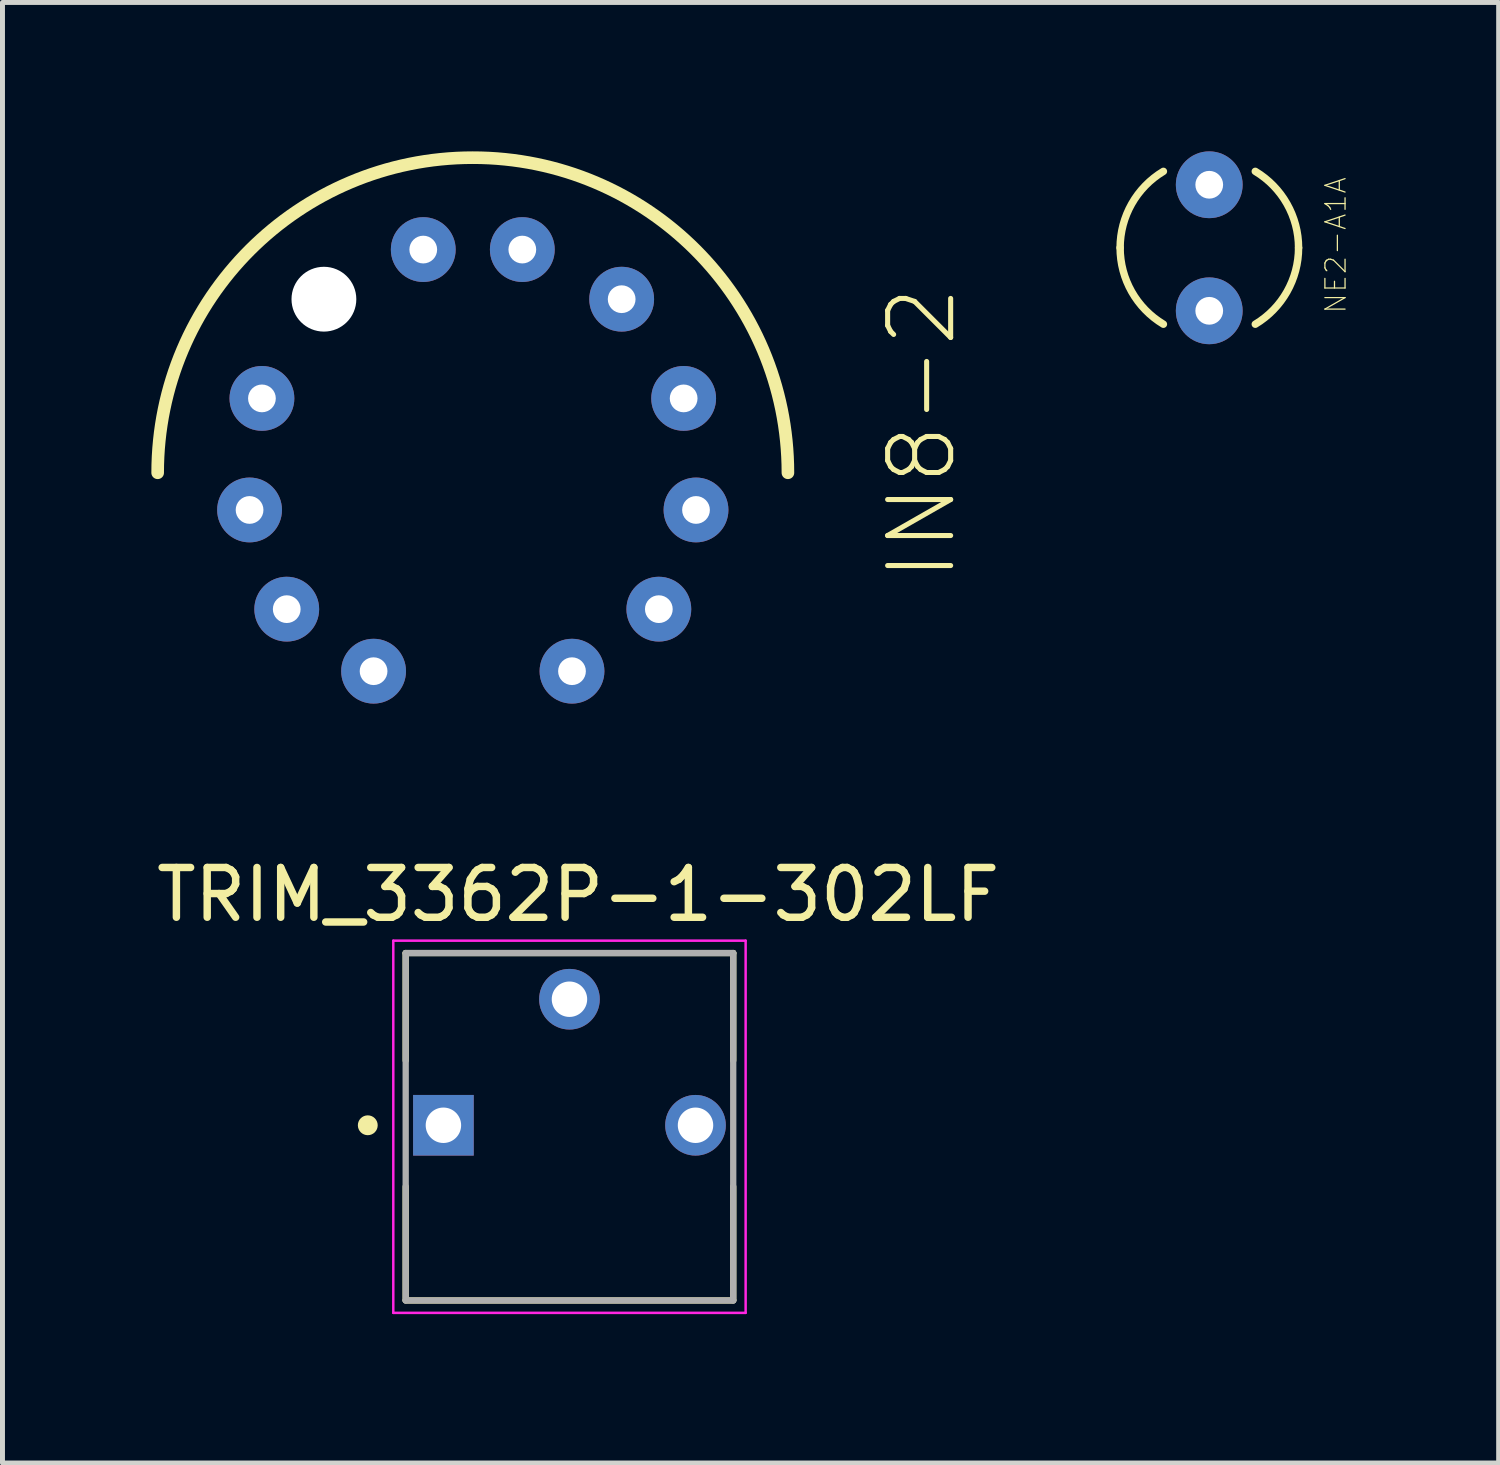
<source format=kicad_pcb>
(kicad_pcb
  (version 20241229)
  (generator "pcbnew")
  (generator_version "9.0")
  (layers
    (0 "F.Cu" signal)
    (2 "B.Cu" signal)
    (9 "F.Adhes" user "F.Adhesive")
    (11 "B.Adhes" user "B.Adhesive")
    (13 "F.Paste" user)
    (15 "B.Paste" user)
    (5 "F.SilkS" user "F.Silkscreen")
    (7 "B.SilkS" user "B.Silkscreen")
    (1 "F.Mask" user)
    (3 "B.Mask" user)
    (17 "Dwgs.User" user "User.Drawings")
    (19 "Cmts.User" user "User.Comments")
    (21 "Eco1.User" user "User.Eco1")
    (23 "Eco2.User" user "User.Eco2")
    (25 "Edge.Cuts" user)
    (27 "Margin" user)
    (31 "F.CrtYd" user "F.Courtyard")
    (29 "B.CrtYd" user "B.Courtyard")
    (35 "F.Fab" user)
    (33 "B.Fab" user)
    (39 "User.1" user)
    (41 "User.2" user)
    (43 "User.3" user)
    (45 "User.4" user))
  (footprint "TRIM_3362P-1-302LF"
    (layer "F.Cu")
    (at 8.425 19.625)
    (property "Reference" "TRIM_3362P-1-302LF" (at 0.175 -4.648 0) (layer "F.SilkS") (effects (font (size 1.003 1.003) (thickness 0.15))))
    (attr through_hole)
    (fp_line (start -3.3 -3.47) (end 3.3 -3.47) (stroke (width 0.127) (type solid)) (layer "F.SilkS"))
    (fp_line (start -3.3 -1.305) (end -3.3 -3.47) (stroke (width 0.127) (type solid)) (layer "F.SilkS"))
    (fp_line (start -3.3 3.52) (end -3.3 1.235) (stroke (width 0.127) (type solid)) (layer "F.SilkS"))
    (fp_line (start 3.3 -3.47) (end 3.3 -1.305) (stroke (width 0.127) (type solid)) (layer "F.SilkS"))
    (fp_line (start 3.3 1.235) (end 3.3 3.52) (stroke (width 0.127) (type solid)) (layer "F.SilkS"))
    (fp_line (start 3.3 3.53) (end -3.3 3.53) (stroke (width 0.127) (type solid)) (layer "F.SilkS"))
    (fp_circle (center -4.064 0) (end -3.964 0) (stroke (width 0.2) (type solid)) (fill no) (layer "F.SilkS"))
    (fp_line (start -3.55 -3.72) (end 3.55 -3.72) (stroke (width 0.05) (type solid)) (layer "F.CrtYd"))
    (fp_line (start -3.55 3.78) (end -3.55 -3.72) (stroke (width 0.05) (type solid)) (layer "F.CrtYd"))
    (fp_line (start 3.55 -3.72) (end 3.55 3.78) (stroke (width 0.05) (type solid)) (layer "F.CrtYd"))
    (fp_line (start 3.55 3.78) (end -3.55 3.78) (stroke (width 0.05) (type solid)) (layer "F.CrtYd"))
    (fp_line (start -3.3 -3.47) (end 3.3 -3.47) (stroke (width 0.127) (type solid)) (layer "F.Fab"))
    (fp_line (start -3.3 3.53) (end -3.3 -3.47) (stroke (width 0.127) (type solid)) (layer "F.Fab"))
    (fp_line (start 3.3 -3.47) (end 3.3 3.53) (stroke (width 0.127) (type solid)) (layer "F.Fab"))
    (fp_line (start 3.3 3.53) (end -3.3 3.53) (stroke (width 0.127) (type solid)) (layer "F.Fab"))
    (pad "1" thru_hole rect (at -2.54 0) (size 1.222 1.222) (drill 0.714) (layers "*.Cu" "*.Mask"))
    (pad "2" thru_hole circle (at 0 -2.54) (size 1.222 1.222) (drill 0.714) (layers "*.Cu" "*.Mask"))
    (pad "3" thru_hole circle (at 2.54 0) (size 1.222 1.222) (drill 0.714) (layers "*.Cu" "*.Mask")))
  (footprint "IN8-2"
    (layer "F.Cu")
    (at 6.477 6.477)
    (property "Reference" "IN8-2" (at 9.047 -0.792 90) (layer "F.SilkS") (effects (font (size 1.27 1.27) (thickness 0.102))))
    (attr exclude_from_pos_files exclude_from_bom)
    (fp_arc (start -6.35 0) (mid 0 -6.35) (end 6.35 0) (stroke (width 0.127) (type solid)) (layer "F.SilkS"))
    (fp_arc (start -6.35 0) (mid 0 -6.35) (end 6.35 0) (stroke (width 0.254) (type solid)) (layer "F.SilkS"))
    (pad "" np_thru_hole circle (at -3 -3.498) (size 1.306 1.306) (drill 1.306) (layers "*.Cu" "*.Mask"))
    (pad "0" thru_hole circle (at -3.749 2.748) (size 1.306 1.306) (drill 0.559) (layers "*.Cu" "*.Mask"))
    (pad "1" thru_hole circle (at 1.999 3.998) (size 1.306 1.306) (drill 0.559) (layers "*.Cu" "*.Mask"))
    (pad "2" thru_hole circle (at 3.749 2.748) (size 1.306 1.306) (drill 0.559) (layers "*.Cu" "*.Mask"))
    (pad "3" thru_hole circle (at 4.498 0.749) (size 1.306 1.306) (drill 0.559) (layers "*.Cu" "*.Mask"))
    (pad "4" thru_hole circle (at 4.249 -1.499) (size 1.306 1.306) (drill 0.559) (layers "*.Cu" "*.Mask"))
    (pad "5" thru_hole circle (at 3 -3.498) (size 1.306 1.306) (drill 0.559) (layers "*.Cu" "*.Mask"))
    (pad "6" thru_hole circle (at 0.998 -4.498) (size 1.306 1.306) (drill 0.559) (layers "*.Cu" "*.Mask"))
    (pad "7" thru_hole circle (at -0.998 -4.498) (size 1.306 1.306) (drill 0.559) (layers "*.Cu" "*.Mask"))
    (pad "8" thru_hole circle (at -4.249 -1.499) (size 1.306 1.306) (drill 0.559) (layers "*.Cu" "*.Mask"))
    (pad "9" thru_hole circle (at -4.498 0.749) (size 1.306 1.306) (drill 0.559) (layers "*.Cu" "*.Mask"))
    (pad "A" thru_hole circle (at -1.999 3.998) (size 1.306 1.306) (drill 0.559) (layers "*.Cu" "*.Mask")))
  (footprint "NE2-A1A"
    (layer "F.Cu")
    (at 21.317 1.943)
    (property "Reference" "NE2-A1A" (at 2.55 -0.05 90) (layer "F.SilkS") (effects (font (size 0.406 0.406) (thickness 0.025))))
    (attr exclude_from_pos_files exclude_from_bom)
    (fp_arc (start -1.79578 0) (mid -1.562688 -0.884779) (end -0.923921 -1.539869) (stroke (width 0.15) (type solid)) (layer "F.SilkS"))
    (fp_arc (start -0.923921 1.539869) (mid -1.562688 0.884779) (end -1.79578 0) (stroke (width 0.15) (type solid)) (layer "F.SilkS"))
    (fp_arc (start 0.928141 -1.539869) (mid 1.566908 -0.884779) (end 1.8 0) (stroke (width 0.15) (type solid)) (layer "F.SilkS"))
    (fp_arc (start 1.8 0) (mid 1.566908 0.884779) (end 0.928141 1.539869) (stroke (width 0.15) (type solid)) (layer "F.SilkS"))
    (pad "1" thru_hole circle (at 0 -1.27) (size 1.346 1.346) (drill 0.559) (layers "*.Cu" "*.Mask"))
    (pad "2" thru_hole circle (at 0 1.27) (size 1.346 1.346) (drill 0.559) (layers "*.Cu" "*.Mask")))
  (gr_rect
    (start -3 -3)
    (end 27.149 26.43)
    (stroke (width 0.1) (type default))
    (fill no)
    (layer "Edge.Cuts")))
</source>
